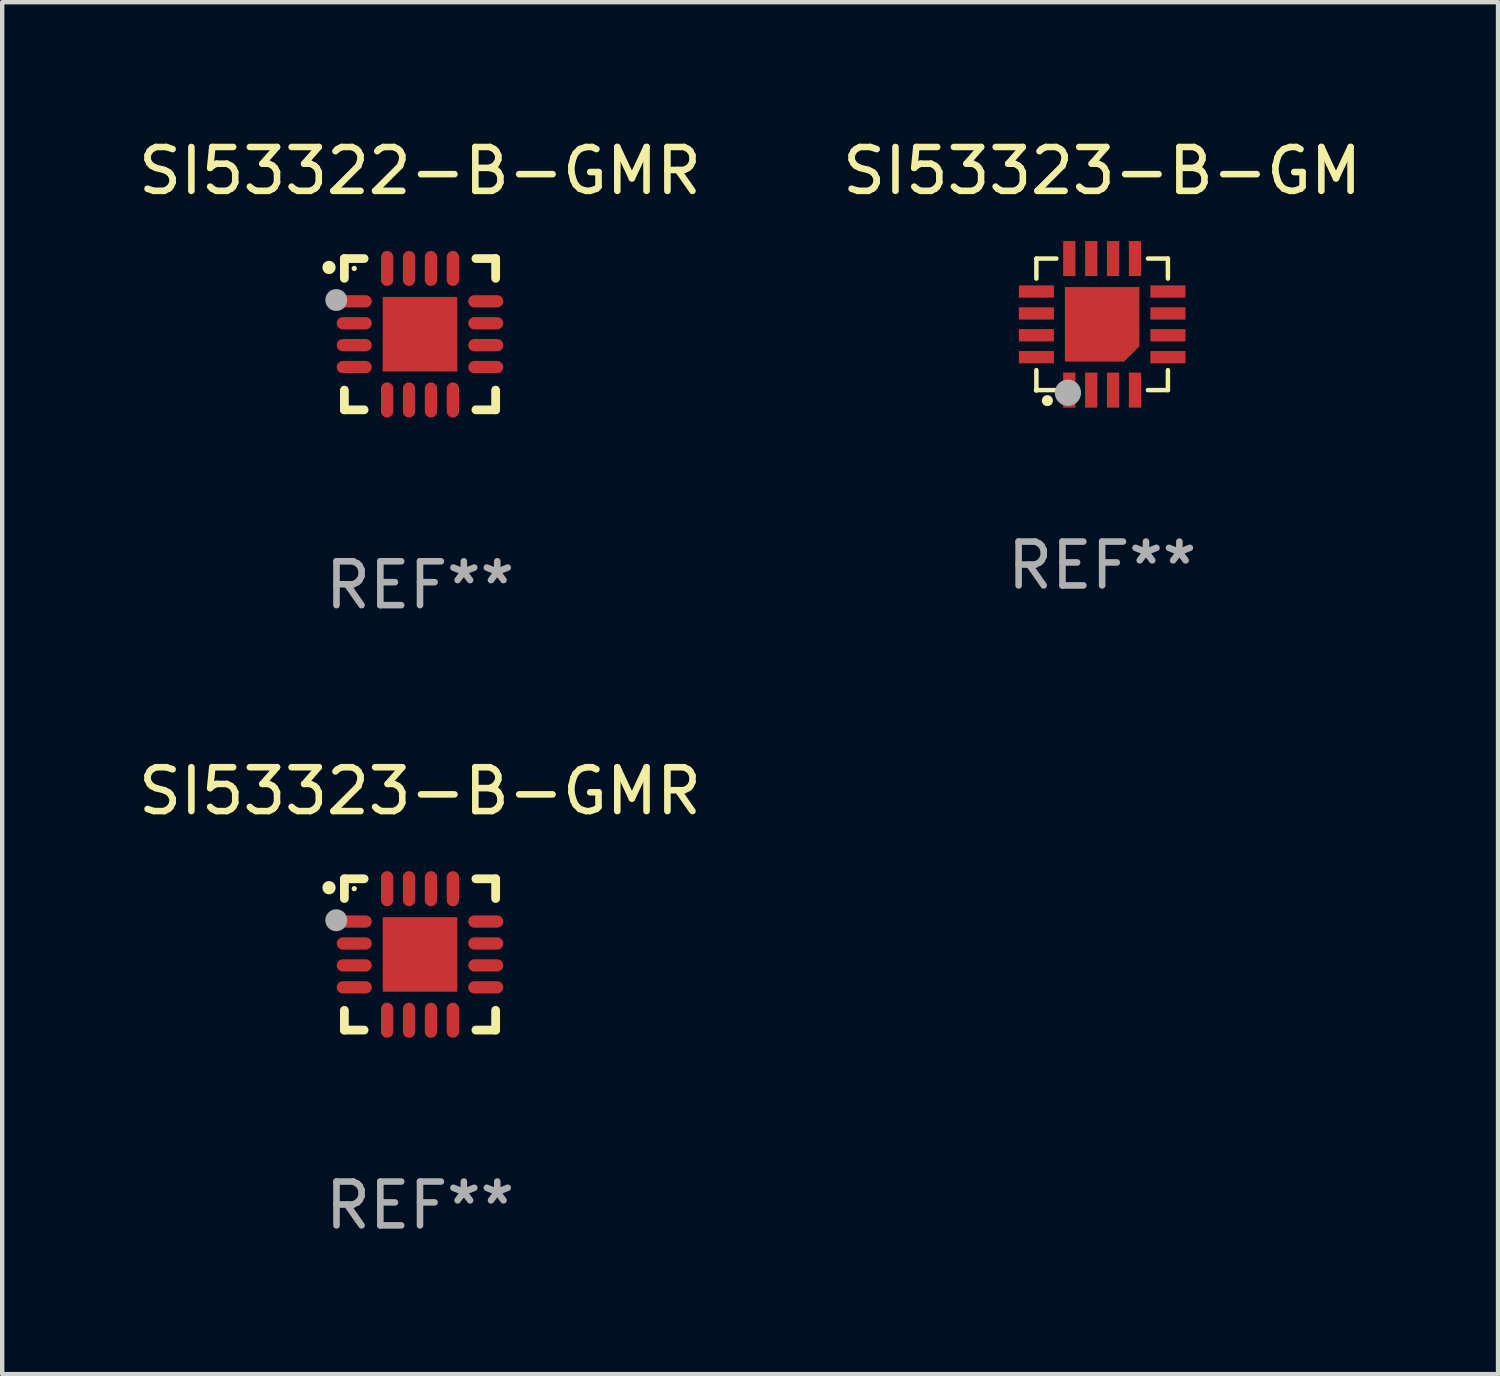
<source format=kicad_pcb>
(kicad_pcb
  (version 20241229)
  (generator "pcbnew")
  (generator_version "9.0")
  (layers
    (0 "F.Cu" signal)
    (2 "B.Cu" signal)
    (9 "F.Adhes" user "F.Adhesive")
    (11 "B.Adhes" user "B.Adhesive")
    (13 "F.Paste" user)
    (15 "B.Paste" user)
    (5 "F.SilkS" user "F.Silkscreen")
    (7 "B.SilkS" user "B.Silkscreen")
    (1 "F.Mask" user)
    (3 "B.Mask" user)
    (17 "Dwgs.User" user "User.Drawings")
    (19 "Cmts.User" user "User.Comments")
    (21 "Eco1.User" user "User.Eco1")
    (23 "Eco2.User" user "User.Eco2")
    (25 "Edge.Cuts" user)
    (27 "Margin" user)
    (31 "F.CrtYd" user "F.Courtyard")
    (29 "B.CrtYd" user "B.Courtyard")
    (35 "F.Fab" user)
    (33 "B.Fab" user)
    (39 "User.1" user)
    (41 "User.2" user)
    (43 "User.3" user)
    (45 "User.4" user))
  (footprint "SI53322-B-GMR"
    (layer "F.Cu")
    (at 6.53 4.573)
    (property "Reference" "SI53322-B-GMR" (at 0 -3.725 0) (layer "F.SilkS") (effects (font (size 1 1) (thickness 0.15))))
    (attr through_hole)
    (fp_line (start -1.725 -1.725) (end -1.275 -1.725) (stroke (width 0.2) (type solid)) (layer "F.SilkS"))
    (fp_line (start -1.725 -1.275) (end -1.725 -1.725) (stroke (width 0.2) (type solid)) (layer "F.SilkS"))
    (fp_line (start -1.725 1.725) (end -1.725 1.275) (stroke (width 0.2) (type solid)) (layer "F.SilkS"))
    (fp_line (start -1.275 1.725) (end -1.725 1.725) (stroke (width 0.2) (type solid)) (layer "F.SilkS"))
    (fp_line (start 1.275 -1.725) (end 1.725 -1.725) (stroke (width 0.2) (type solid)) (layer "F.SilkS"))
    (fp_line (start 1.275 1.725) (end 1.725 1.725) (stroke (width 0.2) (type solid)) (layer "F.SilkS"))
    (fp_line (start 1.725 -1.725) (end 1.725 -1.275) (stroke (width 0.2) (type solid)) (layer "F.SilkS"))
    (fp_line (start 1.725 1.725) (end 1.725 1.275) (stroke (width 0.2) (type solid)) (layer "F.SilkS"))
    (fp_arc (start -2.075184 -1.521463) (mid -2.075189 -1.522733) (end -2.075184 -1.524003) (stroke (width 0.3) (type solid)) (layer "F.SilkS"))
    (fp_circle (center -1.5 -1.5) (end -1.47 -1.5) (stroke (width 0.06) (type solid)) (fill no) (layer "F.SilkS"))
    (fp_circle (center -1.91 -0.78) (end -1.785 -0.78) (stroke (width 0.25) (type solid)) (fill no) (layer "F.Fab"))
    (fp_text user "REF**" (at 0 5.725 0) (layer "F.Fab") (effects (font (size 1 1) (thickness 0.15))))
    (pad "1" smd oval (at -1.5 -0.75) (size 0.8 0.28) (layers "F.Cu" "F.Mask" "F.Paste"))
    (pad "2" smd oval (at -1.5 -0.25) (size 0.8 0.28) (layers "F.Cu" "F.Mask" "F.Paste"))
    (pad "3" smd oval (at -1.5 0.25) (size 0.8 0.28) (layers "F.Cu" "F.Mask" "F.Paste"))
    (pad "4" smd oval (at -1.5 0.75) (size 0.8 0.28) (layers "F.Cu" "F.Mask" "F.Paste"))
    (pad "5" smd oval (at -0.75 1.5) (size 0.28 0.8) (layers "F.Cu" "F.Mask" "F.Paste"))
    (pad "6" smd oval (at -0.25 1.5) (size 0.28 0.8) (layers "F.Cu" "F.Mask" "F.Paste"))
    (pad "7" smd oval (at 0.25 1.5) (size 0.28 0.8) (layers "F.Cu" "F.Mask" "F.Paste"))
    (pad "8" smd oval (at 0.75 1.5) (size 0.28 0.8) (layers "F.Cu" "F.Mask" "F.Paste"))
    (pad "9" smd oval (at 1.5 0.75) (size 0.8 0.28) (layers "F.Cu" "F.Mask" "F.Paste"))
    (pad "10" smd oval (at 1.5 0.25) (size 0.8 0.28) (layers "F.Cu" "F.Mask" "F.Paste"))
    (pad "11" smd oval (at 1.5 -0.25) (size 0.8 0.28) (layers "F.Cu" "F.Mask" "F.Paste"))
    (pad "12" smd oval (at 1.5 -0.75) (size 0.8 0.28) (layers "F.Cu" "F.Mask" "F.Paste"))
    (pad "13" smd oval (at 0.75 -1.5) (size 0.28 0.8) (layers "F.Cu" "F.Mask" "F.Paste"))
    (pad "14" smd oval (at 0.25 -1.5) (size 0.28 0.8) (layers "F.Cu" "F.Mask" "F.Paste"))
    (pad "15" smd oval (at -0.25 -1.5) (size 0.28 0.8) (layers "F.Cu" "F.Mask" "F.Paste"))
    (pad "16" smd oval (at -0.75 -1.5) (size 0.28 0.8) (layers "F.Cu" "F.Mask" "F.Paste"))
    (pad "17" smd rect (at 0.000076 0.000076) (size 1.7 1.7) (layers "F.Cu" "F.Mask" "F.Paste")))
  (footprint "SI53323-B-GMR"
    (layer "F.Cu")
    (at 6.53 18.72)
    (property "Reference" "SI53323-B-GMR" (at 0 -3.725 0) (layer "F.SilkS") (effects (font (size 1 1) (thickness 0.15))))
    (attr through_hole)
    (fp_line (start -1.725 -1.725) (end -1.275 -1.725) (stroke (width 0.2) (type solid)) (layer "F.SilkS"))
    (fp_line (start -1.725 -1.275) (end -1.725 -1.725) (stroke (width 0.2) (type solid)) (layer "F.SilkS"))
    (fp_line (start -1.725 1.725) (end -1.725 1.275) (stroke (width 0.2) (type solid)) (layer "F.SilkS"))
    (fp_line (start -1.275 1.725) (end -1.725 1.725) (stroke (width 0.2) (type solid)) (layer "F.SilkS"))
    (fp_line (start 1.275 -1.725) (end 1.725 -1.725) (stroke (width 0.2) (type solid)) (layer "F.SilkS"))
    (fp_line (start 1.275 1.725) (end 1.725 1.725) (stroke (width 0.2) (type solid)) (layer "F.SilkS"))
    (fp_line (start 1.725 -1.725) (end 1.725 -1.275) (stroke (width 0.2) (type solid)) (layer "F.SilkS"))
    (fp_line (start 1.725 1.725) (end 1.725 1.275) (stroke (width 0.2) (type solid)) (layer "F.SilkS"))
    (fp_arc (start -2.075184 -1.521463) (mid -2.075189 -1.522733) (end -2.075184 -1.524003) (stroke (width 0.3) (type solid)) (layer "F.SilkS"))
    (fp_circle (center -1.5 -1.5) (end -1.47 -1.5) (stroke (width 0.06) (type solid)) (fill no) (layer "F.SilkS"))
    (fp_circle (center -1.91 -0.78) (end -1.785 -0.78) (stroke (width 0.25) (type solid)) (fill no) (layer "F.Fab"))
    (fp_text user "REF**" (at 0 5.725 0) (layer "F.Fab") (effects (font (size 1 1) (thickness 0.15))))
    (pad "1" smd oval (at -1.5 -0.75) (size 0.8 0.28) (layers "F.Cu" "F.Mask" "F.Paste"))
    (pad "2" smd oval (at -1.5 -0.25) (size 0.8 0.28) (layers "F.Cu" "F.Mask" "F.Paste"))
    (pad "3" smd oval (at -1.5 0.25) (size 0.8 0.28) (layers "F.Cu" "F.Mask" "F.Paste"))
    (pad "4" smd oval (at -1.5 0.75) (size 0.8 0.28) (layers "F.Cu" "F.Mask" "F.Paste"))
    (pad "5" smd oval (at -0.75 1.5) (size 0.28 0.8) (layers "F.Cu" "F.Mask" "F.Paste"))
    (pad "6" smd oval (at -0.25 1.5) (size 0.28 0.8) (layers "F.Cu" "F.Mask" "F.Paste"))
    (pad "7" smd oval (at 0.25 1.5) (size 0.28 0.8) (layers "F.Cu" "F.Mask" "F.Paste"))
    (pad "8" smd oval (at 0.75 1.5) (size 0.28 0.8) (layers "F.Cu" "F.Mask" "F.Paste"))
    (pad "9" smd oval (at 1.5 0.75) (size 0.8 0.28) (layers "F.Cu" "F.Mask" "F.Paste"))
    (pad "10" smd oval (at 1.5 0.25) (size 0.8 0.28) (layers "F.Cu" "F.Mask" "F.Paste"))
    (pad "11" smd oval (at 1.5 -0.25) (size 0.8 0.28) (layers "F.Cu" "F.Mask" "F.Paste"))
    (pad "12" smd oval (at 1.5 -0.75) (size 0.8 0.28) (layers "F.Cu" "F.Mask" "F.Paste"))
    (pad "13" smd oval (at 0.75 -1.5) (size 0.28 0.8) (layers "F.Cu" "F.Mask" "F.Paste"))
    (pad "14" smd oval (at 0.25 -1.5) (size 0.28 0.8) (layers "F.Cu" "F.Mask" "F.Paste"))
    (pad "15" smd oval (at -0.25 -1.5) (size 0.28 0.8) (layers "F.Cu" "F.Mask" "F.Paste"))
    (pad "16" smd oval (at -0.75 -1.5) (size 0.28 0.8) (layers "F.Cu" "F.Mask" "F.Paste"))
    (pad "17" smd rect (at 0.000076 0.000076) (size 1.7 1.7) (layers "F.Cu" "F.Mask" "F.Paste")))
  (footprint "SI53323-B-GM"
    (layer "F.Cu")
    (at 22.089 4.348)
    (property "Reference" "SI53323-B-GM" (at 0 -3.5 0) (layer "F.SilkS") (effects (font (size 1 1) (thickness 0.15))))
    (attr through_hole)
    (fp_line (start -1.5 -1.5) (end -1.5 -1.044) (stroke (width 0.102) (type solid)) (layer "F.SilkS"))
    (fp_line (start -1.5 -1.5) (end -1.044 -1.5) (stroke (width 0.102) (type solid)) (layer "F.SilkS"))
    (fp_line (start -1.5 1.044) (end -1.5 1.5) (stroke (width 0.102) (type solid)) (layer "F.SilkS"))
    (fp_line (start -1.5 1.5) (end -1.044 1.5) (stroke (width 0.102) (type solid)) (layer "F.SilkS"))
    (fp_line (start 1.044 -1.5) (end 1.5 -1.5) (stroke (width 0.102) (type solid)) (layer "F.SilkS"))
    (fp_line (start 1.044 1.5) (end 1.5 1.5) (stroke (width 0.102) (type solid)) (layer "F.SilkS"))
    (fp_line (start 1.5 -1.044) (end 1.5 -1.5) (stroke (width 0.102) (type solid)) (layer "F.SilkS"))
    (fp_line (start 1.5 1.5) (end 1.5 1.044) (stroke (width 0.102) (type solid)) (layer "F.SilkS"))
    (fp_arc (start -1.251283 1.740005) (mid -1.250013 1.739934) (end -1.248743 1.740005) (stroke (width 0.25) (type solid)) (layer "F.SilkS"))
    (fp_circle (center -1.5 1.5) (end -1.47 1.5) (stroke (width 0.06) (type solid)) (fill no) (layer "F.SilkS"))
    (fp_circle (center -0.78 1.56) (end -0.63 1.56) (stroke (width 0.3) (type solid)) (fill no) (layer "F.Fab"))
    (fp_text user "REF**" (at 0 5.5 0) (layer "F.Fab") (effects (font (size 1 1) (thickness 0.15))))
    (pad "1" smd rect (at -0.749 1.5) (size 0.28 0.8) (layers "F.Cu" "F.Mask" "F.Paste"))
    (pad "2" smd rect (at -0.249 1.5) (size 0.28 0.8) (layers "F.Cu" "F.Mask" "F.Paste"))
    (pad "3" smd rect (at 0.249 1.5) (size 0.28 0.8) (layers "F.Cu" "F.Mask" "F.Paste"))
    (pad "4" smd rect (at 0.749 1.5) (size 0.28 0.8) (layers "F.Cu" "F.Mask" "F.Paste"))
    (pad "5" smd rect (at 1.5 0.749) (size 0.8 0.28) (layers "F.Cu" "F.Mask" "F.Paste"))
    (pad "6" smd rect (at 1.5 0.249) (size 0.8 0.28) (layers "F.Cu" "F.Mask" "F.Paste"))
    (pad "7" smd rect (at 1.5 -0.249) (size 0.8 0.28) (layers "F.Cu" "F.Mask" "F.Paste"))
    (pad "8" smd rect (at 1.5 -0.749) (size 0.8 0.28) (layers "F.Cu" "F.Mask" "F.Paste"))
    (pad "9" smd rect (at 0.749 -1.5) (size 0.28 0.8) (layers "F.Cu" "F.Mask" "F.Paste"))
    (pad "10" smd rect (at 0.249 -1.5) (size 0.28 0.8) (layers "F.Cu" "F.Mask" "F.Paste"))
    (pad "11" smd rect (at -0.249 -1.5) (size 0.28 0.8) (layers "F.Cu" "F.Mask" "F.Paste"))
    (pad "12" smd rect (at -0.749 -1.5) (size 0.28 0.8) (layers "F.Cu" "F.Mask" "F.Paste"))
    (pad "13" smd rect (at -1.5 -0.749) (size 0.8 0.28) (layers "F.Cu" "F.Mask" "F.Paste"))
    (pad "14" smd rect (at -1.5 -0.249) (size 0.8 0.28) (layers "F.Cu" "F.Mask" "F.Paste"))
    (pad "15" smd rect (at -1.5 0.249) (size 0.8 0.28) (layers "F.Cu" "F.Mask" "F.Paste"))
    (pad "16" smd rect (at -1.5 0.749) (size 0.8 0.28) (layers "F.Cu" "F.Mask" "F.Paste"))
    (pad "17" smd custom (at 0.000152 -0.000076 90) (size 1.7 1.7) (layers "F.Cu" "F.Mask" "F.Paste") (options (anchor circle)) (primitives (gr_poly (pts (xy -0.85 0.5) (xy -0.85 -0.85) (xy 0.85 -0.85) (xy 0.85 0.85) (xy -0.5 0.85)) (width 0) (fill yes)))))
  (gr_rect
    (start -3 -3)
    (end 31.119 28.293)
    (stroke (width 0.1) (type default))
    (fill no)
    (layer "Edge.Cuts")))
</source>
